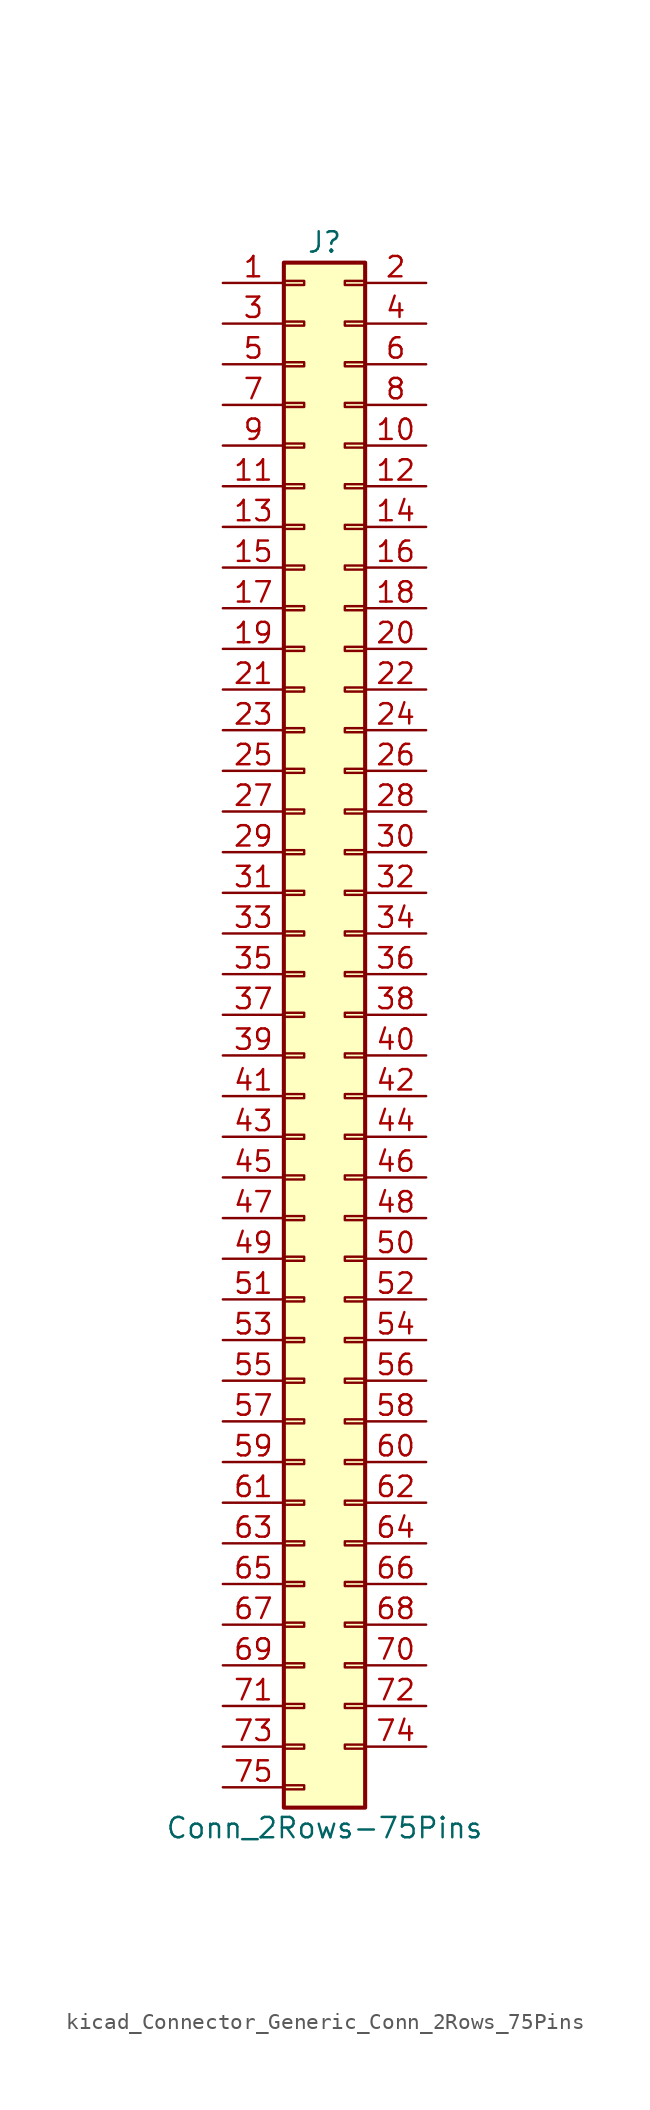
<source format=kicad_sym>
(kicad_symbol_lib
  (version 20220914)
  (generator kicad_symbol_editor)
  (symbol "kicad_Connector_Generic_Conn_2Rows_75Pins"
    (pin_names
      (offset 1.016) hide)
    (property "Reference" "J"
      (at 1.27 48.26 0)
      (effects (font (size 1.27 1.27))))
    (property "Value" "Conn_2Rows-75Pins"
      (at 1.27 -50.8 0)
      (effects (font (size 1.27 1.27))))
    (symbol "kicad_Connector_Generic_Conn_2Rows_75Pins_1_1"
      (rectangle (start -1.27 -48.133) (end 0 -48.387) (stroke (width 0.152) (type default)) (fill (type none)))
      (rectangle (start -1.27 -45.593) (end 0 -45.847) (stroke (width 0.152) (type default)) (fill (type none)))
      (rectangle (start -1.27 -43.053) (end 0 -43.307) (stroke (width 0.152) (type default)) (fill (type none)))
      (rectangle (start -1.27 -40.513) (end 0 -40.767) (stroke (width 0.152) (type default)) (fill (type none)))
      (rectangle (start -1.27 -37.973) (end 0 -38.227) (stroke (width 0.152) (type default)) (fill (type none)))
      (rectangle (start -1.27 -35.433) (end 0 -35.687) (stroke (width 0.152) (type default)) (fill (type none)))
      (rectangle (start -1.27 -32.893) (end 0 -33.147) (stroke (width 0.152) (type default)) (fill (type none)))
      (rectangle (start -1.27 -30.353) (end 0 -30.607) (stroke (width 0.152) (type default)) (fill (type none)))
      (rectangle (start -1.27 -27.813) (end 0 -28.067) (stroke (width 0.152) (type default)) (fill (type none)))
      (rectangle (start -1.27 -25.273) (end 0 -25.527) (stroke (width 0.152) (type default)) (fill (type none)))
      (rectangle (start -1.27 -22.733) (end 0 -22.987) (stroke (width 0.152) (type default)) (fill (type none)))
      (rectangle (start -1.27 -20.193) (end 0 -20.447) (stroke (width 0.152) (type default)) (fill (type none)))
      (rectangle (start -1.27 -17.653) (end 0 -17.907) (stroke (width 0.152) (type default)) (fill (type none)))
      (rectangle (start -1.27 -15.113) (end 0 -15.367) (stroke (width 0.152) (type default)) (fill (type none)))
      (rectangle (start -1.27 -12.573) (end 0 -12.827) (stroke (width 0.152) (type default)) (fill (type none)))
      (rectangle (start -1.27 -10.033) (end 0 -10.287) (stroke (width 0.152) (type default)) (fill (type none)))
      (rectangle (start -1.27 -7.493) (end 0 -7.747) (stroke (width 0.152) (type default)) (fill (type none)))
      (rectangle (start -1.27 -4.953) (end 0 -5.207) (stroke (width 0.152) (type default)) (fill (type none)))
      (rectangle (start -1.27 -2.413) (end 0 -2.667) (stroke (width 0.152) (type default)) (fill (type none)))
      (rectangle (start -1.27 0.127) (end 0 -0.127) (stroke (width 0.152) (type default)) (fill (type none)))
      (rectangle (start -1.27 2.667) (end 0 2.413) (stroke (width 0.152) (type default)) (fill (type none)))
      (rectangle (start -1.27 5.207) (end 0 4.953) (stroke (width 0.152) (type default)) (fill (type none)))
      (rectangle (start -1.27 7.747) (end 0 7.493) (stroke (width 0.152) (type default)) (fill (type none)))
      (rectangle (start -1.27 10.287) (end 0 10.033) (stroke (width 0.152) (type default)) (fill (type none)))
      (rectangle (start -1.27 12.827) (end 0 12.573) (stroke (width 0.152) (type default)) (fill (type none)))
      (rectangle (start -1.27 15.367) (end 0 15.113) (stroke (width 0.152) (type default)) (fill (type none)))
      (rectangle (start -1.27 17.907) (end 0 17.653) (stroke (width 0.152) (type default)) (fill (type none)))
      (rectangle (start -1.27 20.447) (end 0 20.193) (stroke (width 0.152) (type default)) (fill (type none)))
      (rectangle (start -1.27 22.987) (end 0 22.733) (stroke (width 0.152) (type default)) (fill (type none)))
      (rectangle (start -1.27 25.527) (end 0 25.273) (stroke (width 0.152) (type default)) (fill (type none)))
      (rectangle (start -1.27 28.067) (end 0 27.813) (stroke (width 0.152) (type default)) (fill (type none)))
      (rectangle (start -1.27 30.607) (end 0 30.353) (stroke (width 0.152) (type default)) (fill (type none)))
      (rectangle (start -1.27 33.147) (end 0 32.893) (stroke (width 0.152) (type default)) (fill (type none)))
      (rectangle (start -1.27 35.687) (end 0 35.433) (stroke (width 0.152) (type default)) (fill (type none)))
      (rectangle (start -1.27 38.227) (end 0 37.973) (stroke (width 0.152) (type default)) (fill (type none)))
      (rectangle (start -1.27 40.767) (end 0 40.513) (stroke (width 0.152) (type default)) (fill (type none)))
      (rectangle (start -1.27 43.307) (end 0 43.053) (stroke (width 0.152) (type default)) (fill (type none)))
      (rectangle (start -1.27 45.847) (end 0 45.593) (stroke (width 0.152) (type default)) (fill (type none)))
      (rectangle (start -1.27 46.99) (end 3.81 -49.53) (stroke (width 0.254) (type default)) (fill (type background)))
      (rectangle (start 3.81 -45.593) (end 2.54 -45.847) (stroke (width 0.152) (type default)) (fill (type none)))
      (rectangle (start 3.81 -43.053) (end 2.54 -43.307) (stroke (width 0.152) (type default)) (fill (type none)))
      (rectangle (start 3.81 -40.513) (end 2.54 -40.767) (stroke (width 0.152) (type default)) (fill (type none)))
      (rectangle (start 3.81 -37.973) (end 2.54 -38.227) (stroke (width 0.152) (type default)) (fill (type none)))
      (rectangle (start 3.81 -35.433) (end 2.54 -35.687) (stroke (width 0.152) (type default)) (fill (type none)))
      (rectangle (start 3.81 -32.893) (end 2.54 -33.147) (stroke (width 0.152) (type default)) (fill (type none)))
      (rectangle (start 3.81 -30.353) (end 2.54 -30.607) (stroke (width 0.152) (type default)) (fill (type none)))
      (rectangle (start 3.81 -27.813) (end 2.54 -28.067) (stroke (width 0.152) (type default)) (fill (type none)))
      (rectangle (start 3.81 -25.273) (end 2.54 -25.527) (stroke (width 0.152) (type default)) (fill (type none)))
      (rectangle (start 3.81 -22.733) (end 2.54 -22.987) (stroke (width 0.152) (type default)) (fill (type none)))
      (rectangle (start 3.81 -20.193) (end 2.54 -20.447) (stroke (width 0.152) (type default)) (fill (type none)))
      (rectangle (start 3.81 -17.653) (end 2.54 -17.907) (stroke (width 0.152) (type default)) (fill (type none)))
      (rectangle (start 3.81 -15.113) (end 2.54 -15.367) (stroke (width 0.152) (type default)) (fill (type none)))
      (rectangle (start 3.81 -12.573) (end 2.54 -12.827) (stroke (width 0.152) (type default)) (fill (type none)))
      (rectangle (start 3.81 -10.033) (end 2.54 -10.287) (stroke (width 0.152) (type default)) (fill (type none)))
      (rectangle (start 3.81 -7.493) (end 2.54 -7.747) (stroke (width 0.152) (type default)) (fill (type none)))
      (rectangle (start 3.81 -4.953) (end 2.54 -5.207) (stroke (width 0.152) (type default)) (fill (type none)))
      (rectangle (start 3.81 -2.413) (end 2.54 -2.667) (stroke (width 0.152) (type default)) (fill (type none)))
      (rectangle (start 3.81 0.127) (end 2.54 -0.127) (stroke (width 0.152) (type default)) (fill (type none)))
      (rectangle (start 3.81 2.667) (end 2.54 2.413) (stroke (width 0.152) (type default)) (fill (type none)))
      (rectangle (start 3.81 5.207) (end 2.54 4.953) (stroke (width 0.152) (type default)) (fill (type none)))
      (rectangle (start 3.81 7.747) (end 2.54 7.493) (stroke (width 0.152) (type default)) (fill (type none)))
      (rectangle (start 3.81 10.287) (end 2.54 10.033) (stroke (width 0.152) (type default)) (fill (type none)))
      (rectangle (start 3.81 12.827) (end 2.54 12.573) (stroke (width 0.152) (type default)) (fill (type none)))
      (rectangle (start 3.81 15.367) (end 2.54 15.113) (stroke (width 0.152) (type default)) (fill (type none)))
      (rectangle (start 3.81 17.907) (end 2.54 17.653) (stroke (width 0.152) (type default)) (fill (type none)))
      (rectangle (start 3.81 20.447) (end 2.54 20.193) (stroke (width 0.152) (type default)) (fill (type none)))
      (rectangle (start 3.81 22.987) (end 2.54 22.733) (stroke (width 0.152) (type default)) (fill (type none)))
      (rectangle (start 3.81 25.527) (end 2.54 25.273) (stroke (width 0.152) (type default)) (fill (type none)))
      (rectangle (start 3.81 28.067) (end 2.54 27.813) (stroke (width 0.152) (type default)) (fill (type none)))
      (rectangle (start 3.81 30.607) (end 2.54 30.353) (stroke (width 0.152) (type default)) (fill (type none)))
      (rectangle (start 3.81 33.147) (end 2.54 32.893) (stroke (width 0.152) (type default)) (fill (type none)))
      (rectangle (start 3.81 35.687) (end 2.54 35.433) (stroke (width 0.152) (type default)) (fill (type none)))
      (rectangle (start 3.81 38.227) (end 2.54 37.973) (stroke (width 0.152) (type default)) (fill (type none)))
      (rectangle (start 3.81 40.767) (end 2.54 40.513) (stroke (width 0.152) (type default)) (fill (type none)))
      (rectangle (start 3.81 43.307) (end 2.54 43.053) (stroke (width 0.152) (type default)) (fill (type none)))
      (rectangle (start 3.81 45.847) (end 2.54 45.593) (stroke (width 0.152) (type default)) (fill (type none)))
      (pin passive line (at -5.08 45.72 0) (length 3.81) (name "Pin_1" (effects (font (size 1.27 1.27)))) (number "1" (effects (font (size 1.27 1.27)))))
      (pin passive line (at 7.62 35.56 180) (length 3.81) (name "Pin_10" (effects (font (size 1.27 1.27)))) (number "10" (effects (font (size 1.27 1.27)))))
      (pin passive line (at -5.08 33.02 0) (length 3.81) (name "Pin_11" (effects (font (size 1.27 1.27)))) (number "11" (effects (font (size 1.27 1.27)))))
      (pin passive line (at 7.62 33.02 180) (length 3.81) (name "Pin_12" (effects (font (size 1.27 1.27)))) (number "12" (effects (font (size 1.27 1.27)))))
      (pin passive line (at -5.08 30.48 0) (length 3.81) (name "Pin_13" (effects (font (size 1.27 1.27)))) (number "13" (effects (font (size 1.27 1.27)))))
      (pin passive line (at 7.62 30.48 180) (length 3.81) (name "Pin_14" (effects (font (size 1.27 1.27)))) (number "14" (effects (font (size 1.27 1.27)))))
      (pin passive line (at -5.08 27.94 0) (length 3.81) (name "Pin_15" (effects (font (size 1.27 1.27)))) (number "15" (effects (font (size 1.27 1.27)))))
      (pin passive line (at 7.62 27.94 180) (length 3.81) (name "Pin_16" (effects (font (size 1.27 1.27)))) (number "16" (effects (font (size 1.27 1.27)))))
      (pin passive line (at -5.08 25.4 0) (length 3.81) (name "Pin_17" (effects (font (size 1.27 1.27)))) (number "17" (effects (font (size 1.27 1.27)))))
      (pin passive line (at 7.62 25.4 180) (length 3.81) (name "Pin_18" (effects (font (size 1.27 1.27)))) (number "18" (effects (font (size 1.27 1.27)))))
      (pin passive line (at -5.08 22.86 0) (length 3.81) (name "Pin_19" (effects (font (size 1.27 1.27)))) (number "19" (effects (font (size 1.27 1.27)))))
      (pin passive line (at 7.62 45.72 180) (length 3.81) (name "Pin_2" (effects (font (size 1.27 1.27)))) (number "2" (effects (font (size 1.27 1.27)))))
      (pin passive line (at 7.62 22.86 180) (length 3.81) (name "Pin_20" (effects (font (size 1.27 1.27)))) (number "20" (effects (font (size 1.27 1.27)))))
      (pin passive line (at -5.08 20.32 0) (length 3.81) (name "Pin_21" (effects (font (size 1.27 1.27)))) (number "21" (effects (font (size 1.27 1.27)))))
      (pin passive line (at 7.62 20.32 180) (length 3.81) (name "Pin_22" (effects (font (size 1.27 1.27)))) (number "22" (effects (font (size 1.27 1.27)))))
      (pin passive line (at -5.08 17.78 0) (length 3.81) (name "Pin_23" (effects (font (size 1.27 1.27)))) (number "23" (effects (font (size 1.27 1.27)))))
      (pin passive line (at 7.62 17.78 180) (length 3.81) (name "Pin_24" (effects (font (size 1.27 1.27)))) (number "24" (effects (font (size 1.27 1.27)))))
      (pin passive line (at -5.08 15.24 0) (length 3.81) (name "Pin_25" (effects (font (size 1.27 1.27)))) (number "25" (effects (font (size 1.27 1.27)))))
      (pin passive line (at 7.62 15.24 180) (length 3.81) (name "Pin_26" (effects (font (size 1.27 1.27)))) (number "26" (effects (font (size 1.27 1.27)))))
      (pin passive line (at -5.08 12.7 0) (length 3.81) (name "Pin_27" (effects (font (size 1.27 1.27)))) (number "27" (effects (font (size 1.27 1.27)))))
      (pin passive line (at 7.62 12.7 180) (length 3.81) (name "Pin_28" (effects (font (size 1.27 1.27)))) (number "28" (effects (font (size 1.27 1.27)))))
      (pin passive line (at -5.08 10.16 0) (length 3.81) (name "Pin_29" (effects (font (size 1.27 1.27)))) (number "29" (effects (font (size 1.27 1.27)))))
      (pin passive line (at -5.08 43.18 0) (length 3.81) (name "Pin_3" (effects (font (size 1.27 1.27)))) (number "3" (effects (font (size 1.27 1.27)))))
      (pin passive line (at 7.62 10.16 180) (length 3.81) (name "Pin_30" (effects (font (size 1.27 1.27)))) (number "30" (effects (font (size 1.27 1.27)))))
      (pin passive line (at -5.08 7.62 0) (length 3.81) (name "Pin_31" (effects (font (size 1.27 1.27)))) (number "31" (effects (font (size 1.27 1.27)))))
      (pin passive line (at 7.62 7.62 180) (length 3.81) (name "Pin_32" (effects (font (size 1.27 1.27)))) (number "32" (effects (font (size 1.27 1.27)))))
      (pin passive line (at -5.08 5.08 0) (length 3.81) (name "Pin_33" (effects (font (size 1.27 1.27)))) (number "33" (effects (font (size 1.27 1.27)))))
      (pin passive line (at 7.62 5.08 180) (length 3.81) (name "Pin_34" (effects (font (size 1.27 1.27)))) (number "34" (effects (font (size 1.27 1.27)))))
      (pin passive line (at -5.08 2.54 0) (length 3.81) (name "Pin_35" (effects (font (size 1.27 1.27)))) (number "35" (effects (font (size 1.27 1.27)))))
      (pin passive line (at 7.62 2.54 180) (length 3.81) (name "Pin_36" (effects (font (size 1.27 1.27)))) (number "36" (effects (font (size 1.27 1.27)))))
      (pin passive line (at -5.08 0 0) (length 3.81) (name "Pin_37" (effects (font (size 1.27 1.27)))) (number "37" (effects (font (size 1.27 1.27)))))
      (pin passive line (at 7.62 0 180) (length 3.81) (name "Pin_38" (effects (font (size 1.27 1.27)))) (number "38" (effects (font (size 1.27 1.27)))))
      (pin passive line (at -5.08 -2.54 0) (length 3.81) (name "Pin_39" (effects (font (size 1.27 1.27)))) (number "39" (effects (font (size 1.27 1.27)))))
      (pin passive line (at 7.62 43.18 180) (length 3.81) (name "Pin_4" (effects (font (size 1.27 1.27)))) (number "4" (effects (font (size 1.27 1.27)))))
      (pin passive line (at 7.62 -2.54 180) (length 3.81) (name "Pin_40" (effects (font (size 1.27 1.27)))) (number "40" (effects (font (size 1.27 1.27)))))
      (pin passive line (at -5.08 -5.08 0) (length 3.81) (name "Pin_41" (effects (font (size 1.27 1.27)))) (number "41" (effects (font (size 1.27 1.27)))))
      (pin passive line (at 7.62 -5.08 180) (length 3.81) (name "Pin_42" (effects (font (size 1.27 1.27)))) (number "42" (effects (font (size 1.27 1.27)))))
      (pin passive line (at -5.08 -7.62 0) (length 3.81) (name "Pin_43" (effects (font (size 1.27 1.27)))) (number "43" (effects (font (size 1.27 1.27)))))
      (pin passive line (at 7.62 -7.62 180) (length 3.81) (name "Pin_44" (effects (font (size 1.27 1.27)))) (number "44" (effects (font (size 1.27 1.27)))))
      (pin passive line (at -5.08 -10.16 0) (length 3.81) (name "Pin_45" (effects (font (size 1.27 1.27)))) (number "45" (effects (font (size 1.27 1.27)))))
      (pin passive line (at 7.62 -10.16 180) (length 3.81) (name "Pin_46" (effects (font (size 1.27 1.27)))) (number "46" (effects (font (size 1.27 1.27)))))
      (pin passive line (at -5.08 -12.7 0) (length 3.81) (name "Pin_47" (effects (font (size 1.27 1.27)))) (number "47" (effects (font (size 1.27 1.27)))))
      (pin passive line (at 7.62 -12.7 180) (length 3.81) (name "Pin_48" (effects (font (size 1.27 1.27)))) (number "48" (effects (font (size 1.27 1.27)))))
      (pin passive line (at -5.08 -15.24 0) (length 3.81) (name "Pin_49" (effects (font (size 1.27 1.27)))) (number "49" (effects (font (size 1.27 1.27)))))
      (pin passive line (at -5.08 40.64 0) (length 3.81) (name "Pin_5" (effects (font (size 1.27 1.27)))) (number "5" (effects (font (size 1.27 1.27)))))
      (pin passive line (at 7.62 -15.24 180) (length 3.81) (name "Pin_50" (effects (font (size 1.27 1.27)))) (number "50" (effects (font (size 1.27 1.27)))))
      (pin passive line (at -5.08 -17.78 0) (length 3.81) (name "Pin_51" (effects (font (size 1.27 1.27)))) (number "51" (effects (font (size 1.27 1.27)))))
      (pin passive line (at 7.62 -17.78 180) (length 3.81) (name "Pin_52" (effects (font (size 1.27 1.27)))) (number "52" (effects (font (size 1.27 1.27)))))
      (pin passive line (at -5.08 -20.32 0) (length 3.81) (name "Pin_53" (effects (font (size 1.27 1.27)))) (number "53" (effects (font (size 1.27 1.27)))))
      (pin passive line (at 7.62 -20.32 180) (length 3.81) (name "Pin_54" (effects (font (size 1.27 1.27)))) (number "54" (effects (font (size 1.27 1.27)))))
      (pin passive line (at -5.08 -22.86 0) (length 3.81) (name "Pin_55" (effects (font (size 1.27 1.27)))) (number "55" (effects (font (size 1.27 1.27)))))
      (pin passive line (at 7.62 -22.86 180) (length 3.81) (name "Pin_56" (effects (font (size 1.27 1.27)))) (number "56" (effects (font (size 1.27 1.27)))))
      (pin passive line (at -5.08 -25.4 0) (length 3.81) (name "Pin_57" (effects (font (size 1.27 1.27)))) (number "57" (effects (font (size 1.27 1.27)))))
      (pin passive line (at 7.62 -25.4 180) (length 3.81) (name "Pin_58" (effects (font (size 1.27 1.27)))) (number "58" (effects (font (size 1.27 1.27)))))
      (pin passive line (at -5.08 -27.94 0) (length 3.81) (name "Pin_59" (effects (font (size 1.27 1.27)))) (number "59" (effects (font (size 1.27 1.27)))))
      (pin passive line (at 7.62 40.64 180) (length 3.81) (name "Pin_6" (effects (font (size 1.27 1.27)))) (number "6" (effects (font (size 1.27 1.27)))))
      (pin passive line (at 7.62 -27.94 180) (length 3.81) (name "Pin_60" (effects (font (size 1.27 1.27)))) (number "60" (effects (font (size 1.27 1.27)))))
      (pin passive line (at -5.08 -30.48 0) (length 3.81) (name "Pin_61" (effects (font (size 1.27 1.27)))) (number "61" (effects (font (size 1.27 1.27)))))
      (pin passive line (at 7.62 -30.48 180) (length 3.81) (name "Pin_62" (effects (font (size 1.27 1.27)))) (number "62" (effects (font (size 1.27 1.27)))))
      (pin passive line (at -5.08 -33.02 0) (length 3.81) (name "Pin_63" (effects (font (size 1.27 1.27)))) (number "63" (effects (font (size 1.27 1.27)))))
      (pin passive line (at 7.62 -33.02 180) (length 3.81) (name "Pin_64" (effects (font (size 1.27 1.27)))) (number "64" (effects (font (size 1.27 1.27)))))
      (pin passive line (at -5.08 -35.56 0) (length 3.81) (name "Pin_65" (effects (font (size 1.27 1.27)))) (number "65" (effects (font (size 1.27 1.27)))))
      (pin passive line (at 7.62 -35.56 180) (length 3.81) (name "Pin_66" (effects (font (size 1.27 1.27)))) (number "66" (effects (font (size 1.27 1.27)))))
      (pin passive line (at -5.08 -38.1 0) (length 3.81) (name "Pin_67" (effects (font (size 1.27 1.27)))) (number "67" (effects (font (size 1.27 1.27)))))
      (pin passive line (at 7.62 -38.1 180) (length 3.81) (name "Pin_68" (effects (font (size 1.27 1.27)))) (number "68" (effects (font (size 1.27 1.27)))))
      (pin passive line (at -5.08 -40.64 0) (length 3.81) (name "Pin_69" (effects (font (size 1.27 1.27)))) (number "69" (effects (font (size 1.27 1.27)))))
      (pin passive line (at -5.08 38.1 0) (length 3.81) (name "Pin_7" (effects (font (size 1.27 1.27)))) (number "7" (effects (font (size 1.27 1.27)))))
      (pin passive line (at 7.62 -40.64 180) (length 3.81) (name "Pin_70" (effects (font (size 1.27 1.27)))) (number "70" (effects (font (size 1.27 1.27)))))
      (pin passive line (at -5.08 -43.18 0) (length 3.81) (name "Pin_71" (effects (font (size 1.27 1.27)))) (number "71" (effects (font (size 1.27 1.27)))))
      (pin passive line (at 7.62 -43.18 180) (length 3.81) (name "Pin_72" (effects (font (size 1.27 1.27)))) (number "72" (effects (font (size 1.27 1.27)))))
      (pin passive line (at -5.08 -45.72 0) (length 3.81) (name "Pin_73" (effects (font (size 1.27 1.27)))) (number "73" (effects (font (size 1.27 1.27)))))
      (pin passive line (at 7.62 -45.72 180) (length 3.81) (name "Pin_74" (effects (font (size 1.27 1.27)))) (number "74" (effects (font (size 1.27 1.27)))))
      (pin passive line (at -5.08 -48.26 0) (length 3.81) (name "Pin_75" (effects (font (size 1.27 1.27)))) (number "75" (effects (font (size 1.27 1.27)))))
      (pin passive line (at 7.62 38.1 180) (length 3.81) (name "Pin_8" (effects (font (size 1.27 1.27)))) (number "8" (effects (font (size 1.27 1.27)))))
      (pin passive line (at -5.08 35.56 0) (length 3.81) (name "Pin_9" (effects (font (size 1.27 1.27)))) (number "9" (effects (font (size 1.27 1.27))))))))
</source>
